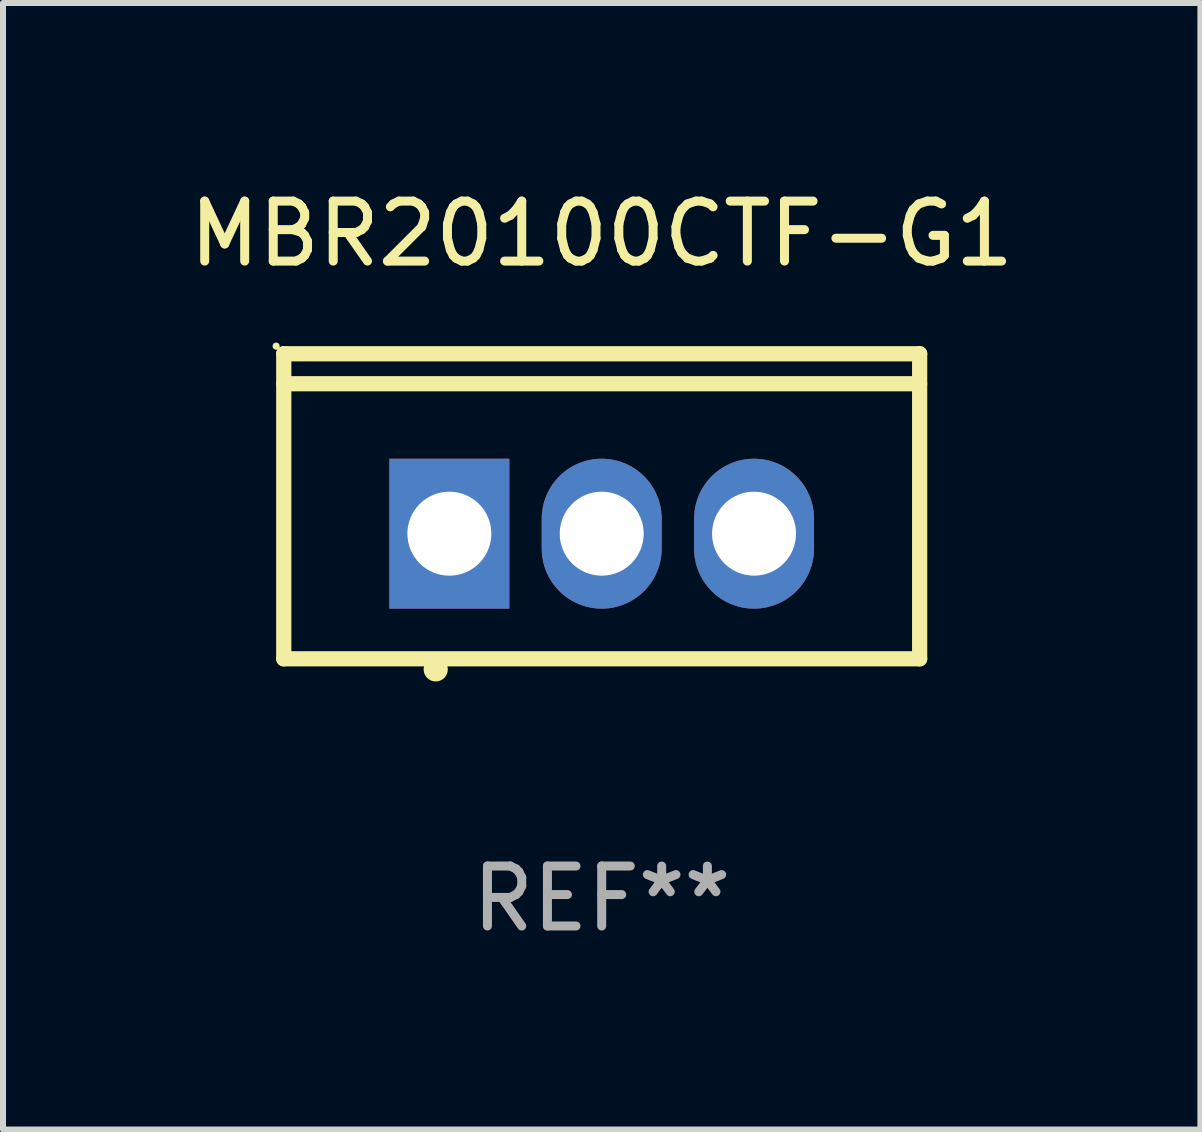
<source format=kicad_pcb>
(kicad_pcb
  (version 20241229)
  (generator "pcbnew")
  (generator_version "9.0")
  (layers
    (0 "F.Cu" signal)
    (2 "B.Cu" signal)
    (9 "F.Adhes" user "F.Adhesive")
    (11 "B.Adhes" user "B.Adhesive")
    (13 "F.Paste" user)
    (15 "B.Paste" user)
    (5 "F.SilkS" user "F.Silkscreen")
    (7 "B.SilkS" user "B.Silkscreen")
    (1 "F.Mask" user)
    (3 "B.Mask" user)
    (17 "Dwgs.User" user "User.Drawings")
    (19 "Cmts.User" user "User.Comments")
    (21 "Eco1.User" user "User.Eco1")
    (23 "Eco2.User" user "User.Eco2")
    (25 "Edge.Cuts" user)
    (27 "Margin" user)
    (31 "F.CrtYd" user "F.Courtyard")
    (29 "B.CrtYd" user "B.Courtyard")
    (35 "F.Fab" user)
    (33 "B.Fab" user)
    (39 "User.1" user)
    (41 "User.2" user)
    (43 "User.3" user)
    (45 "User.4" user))
  (footprint "MBR20100CTF-G1"
    (layer "F.Cu")
    (at 6.982 5.391)
    (property "Reference" "MBR20100CTF-G1" (at 0 -4.543 0) (layer "F.SilkS") (effects (font (size 1 1) (thickness 0.15))))
    (attr through_hole)
    (fp_line (start -5.301 -2.543) (end 5.301 -2.543) (stroke (width 0.254) (type solid)) (layer "F.SilkS"))
    (fp_line (start -5.301 2.543) (end -5.301 -2.543) (stroke (width 0.254) (type solid)) (layer "F.SilkS"))
    (fp_line (start 5.3 -2.043) (end -5.3 -2.043) (stroke (width 0.254) (type solid)) (layer "F.SilkS"))
    (fp_line (start 5.301 -2.543) (end 5.301 2.543) (stroke (width 0.254) (type solid)) (layer "F.SilkS"))
    (fp_line (start 5.301 2.543) (end -5.301 2.543) (stroke (width 0.254) (type solid)) (layer "F.SilkS"))
    (fp_arc (start -2.768606 2.720345) (mid -2.767336 2.720341) (end -2.766066 2.720345) (stroke (width 0.4) (type solid)) (layer "F.SilkS"))
    (fp_circle (center -5.428 -2.67) (end -5.398 -2.67) (stroke (width 0.06) (type solid)) (fill no) (layer "F.SilkS"))
    (fp_text user "REF**" (at 0 6.543 0) (layer "F.Fab") (effects (font (size 1 1) (thickness 0.15))))
    (pad "1" thru_hole rect (at -2.54 0.457) (size 2 2.5) (drill 1.4) (layers "*.Cu" "*.Mask"))
    (pad "2" thru_hole oval (at 0 0.457) (size 2 2.5) (drill 1.4) (layers "*.Cu" "*.Mask"))
    (pad "3" thru_hole oval (at 2.54 0.457) (size 2 2.5) (drill 1.4) (layers "*.Cu" "*.Mask")))
  (gr_rect
    (start -3 -3)
    (end 16.964 15.782)
    (stroke (width 0.1) (type default))
    (fill no)
    (layer "Edge.Cuts")))
</source>
